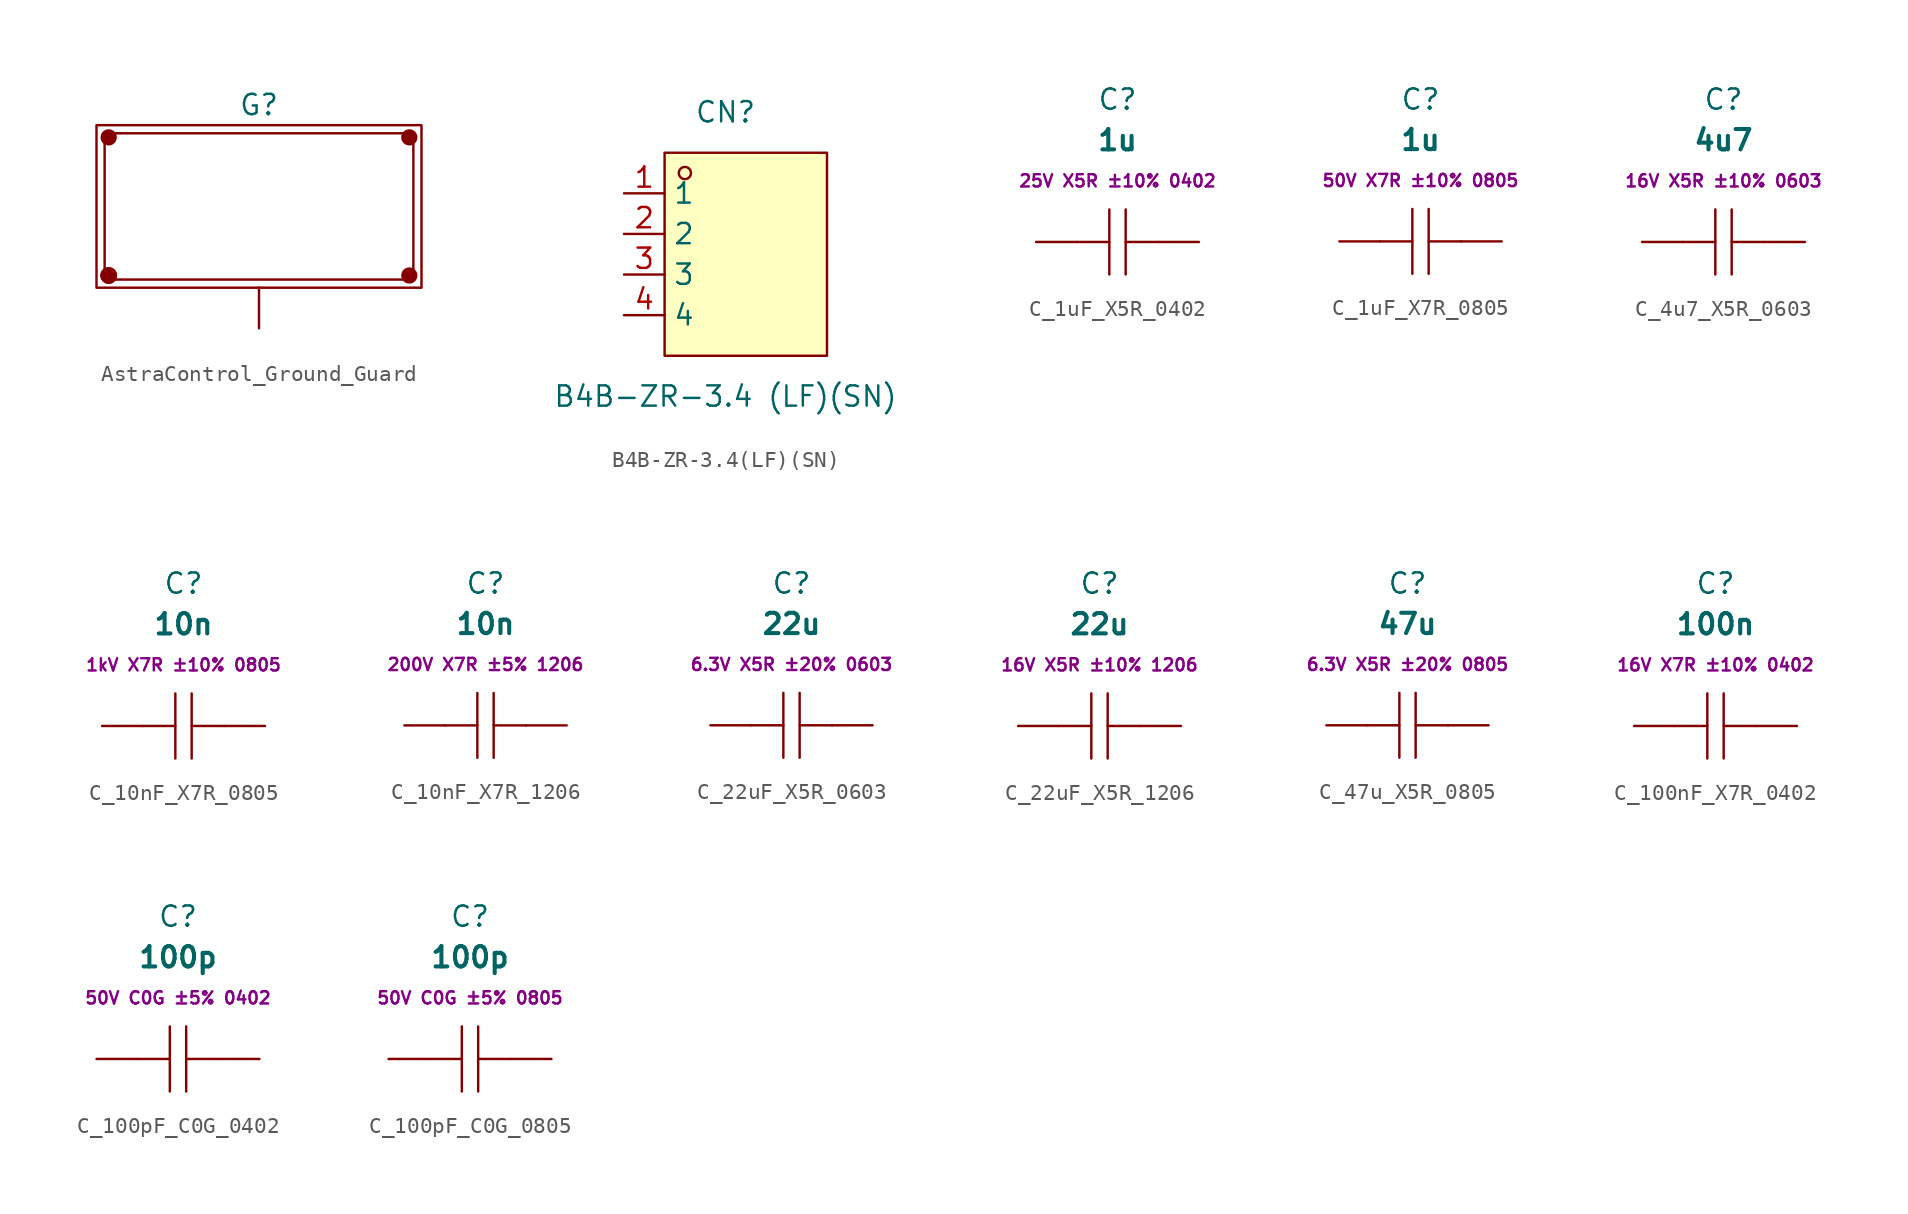
<source format=kicad_sym>
(kicad_symbol_lib
  (version 20231120)
  (generator "kicad_symbol_editor")
  (generator_version "8.0")
  (symbol "AstraControl_Ground_Guard"
    (pin_numbers hide)
    (pin_names hide)
    (property "Reference" "G"
      (at 0 6.35 0)
      (effects (font (size 1.27 1.27))))
    (property "Value" ""
      (at 0 6.35 0)
      (effects (font (size 1.27 1.27))))
    (symbol "AstraControl_Ground_Guard_0_1"
      (rectangle (start -10.16 5.08) (end 10.16 -5.08) (stroke (width 0) (type default)) (fill (type none)))
      (rectangle (start -9.652 4.572) (end 9.652 -4.572) (stroke (width 0) (type default)) (fill (type none))))
    (symbol "AstraControl_Ground_Guard_1_1"
      (circle (center -9.398 -4.318) (radius 0.508) (stroke (width 0.051) (type default)) (fill (type outline)))
      (circle (center -9.398 4.318) (radius 0.508) (stroke (width -0.0001) (type default)) (fill (type outline)))
      (circle (center 9.398 -4.318) (radius 0.508) (stroke (width -0.0001) (type default)) (fill (type outline)))
      (circle (center 9.398 4.318) (radius 0.508) (stroke (width -0.0001) (type default)) (fill (type outline)))
      (pin passive line (at 0 -7.62 90) (length 2.54) (name "2" (effects (font (size 1.27 1.27)))) (number "1" (effects (font (size 1.27 1.27)))))))
  (symbol "B4B-ZR-3.4(LF)(SN)"
    (property "Reference" "CN"
      (at 0 8.89 0)
      (effects (font (size 1.27 1.27))))
    (property "Value" "B4B-ZR-3.4 (LF)(SN)"
      (at 0 -8.89 0)
      (effects (font (size 1.27 1.27))))
    (symbol "B4B-ZR-3.4(LF)(SN)_0_1"
      (rectangle (start -3.81 6.35) (end 6.35 -6.35) (stroke (width 0) (type default)) (fill (type background)))
      (circle (center -2.54 5.08) (radius 0.38) (stroke (width 0) (type default)) (fill (type none)))
      (pin unspecified line (at -6.35 3.81 0) (length 2.54) (name "1" (effects (font (size 1.27 1.27)))) (number "1" (effects (font (size 1.27 1.27)))))
      (pin unspecified line (at -6.35 1.27 0) (length 2.54) (name "2" (effects (font (size 1.27 1.27)))) (number "2" (effects (font (size 1.27 1.27)))))
      (pin unspecified line (at -6.35 -1.27 0) (length 2.54) (name "3" (effects (font (size 1.27 1.27)))) (number "3" (effects (font (size 1.27 1.27)))))
      (pin unspecified line (at -6.35 -3.81 0) (length 2.54) (name "4" (effects (font (size 1.27 1.27)))) (number "4" (effects (font (size 1.27 1.27)))))))
  (symbol "C_1uF_X5R_0402"
    (pin_numbers hide)
    (pin_names hide)
    (property "Reference" "C"
      (at 0 8.89 0)
      (effects (font (size 1.27 1.27))))
    (property "Value" "1u"
      (at 0 6.35 0)
      (effects (font (size 1.27 1.27) (bold yes))))
    (property "Extra Values" "25V X5R ±10% 0402"
      (at 0 3.81 0)
      (effects (font (size 0.762 0.762) (bold yes))))
    (symbol "C_1uF_X5R_0402_0_1"
      (polyline (pts (xy -0.51 -2.03) (xy -0.51 2.03)) (stroke (width 0) (type default)) (fill (type none)))
      (polyline (pts (xy -0.51 0) (xy -2.54 0)) (stroke (width 0) (type default)) (fill (type none)))
      (polyline (pts (xy 0.51 2.03) (xy 0.51 -2.03)) (stroke (width 0) (type default)) (fill (type none)))
      (polyline (pts (xy 2.54 0) (xy 0.51 0)) (stroke (width 0) (type default)) (fill (type none))))
    (symbol "C_1uF_X5R_0402_1_1"
      (pin passive line (at -5.08 0 0) (length 2.54) (name "1" (effects (font (size 1.27 1.27)))) (number "1" (effects (font (size 1.27 1.27)))))
      (pin passive line (at 5.08 0 180) (length 2.54) (name "2" (effects (font (size 1.27 1.27)))) (number "2" (effects (font (size 1.27 1.27)))))))
  (symbol "C_1uF_X7R_0805"
    (pin_numbers hide)
    (pin_names hide)
    (property "Reference" "C"
      (at 0 8.89 0)
      (effects (font (size 1.27 1.27))))
    (property "Value" "1u"
      (at 0 6.35 0)
      (effects (font (size 1.27 1.27) (bold yes))))
    (property "Extra Values" "50V X7R ±10% 0805"
      (at 0 3.81 0)
      (effects (font (size 0.762 0.762))))
    (symbol "C_1uF_X7R_0805_0_1"
      (polyline (pts (xy -2.54 0) (xy -0.51 0)) (stroke (width 0) (type default)) (fill (type none)))
      (polyline (pts (xy -0.51 2.03) (xy -0.51 -2.03)) (stroke (width 0) (type default)) (fill (type none)))
      (polyline (pts (xy 0.51 0) (xy 2.54 0)) (stroke (width 0) (type default)) (fill (type none)))
      (polyline (pts (xy 0.51 2.03) (xy 0.51 -2.03)) (stroke (width 0) (type default)) (fill (type none))))
    (symbol "C_1uF_X7R_0805_1_1"
      (pin passive line (at -5.08 0 0) (length 2.54) (name "1" (effects (font (size 1.27 1.27)))) (number "1" (effects (font (size 1.27 1.27)))))
      (pin passive line (at 5.08 0 180) (length 2.54) (name "2" (effects (font (size 1.27 1.27)))) (number "2" (effects (font (size 1.27 1.27)))))))
  (symbol "C_4u7_X5R_0603"
    (pin_numbers hide)
    (pin_names hide)
    (property "Reference" "C"
      (at 0 8.89 0)
      (effects (font (size 1.27 1.27))))
    (property "Value" "4u7"
      (at 0 6.35 0)
      (effects (font (size 1.27 1.27) (bold yes))))
    (property "Extra Values" "16V X5R ±10% 0603"
      (at 0 3.81 0)
      (effects (font (size 0.762 0.762) (bold yes))))
    (symbol "C_4u7_X5R_0603_0_1"
      (polyline (pts (xy -2.54 0) (xy -0.51 0)) (stroke (width 0) (type default)) (fill (type none)))
      (polyline (pts (xy -0.51 2.03) (xy -0.51 -2.03)) (stroke (width 0) (type default)) (fill (type none)))
      (polyline (pts (xy 0.51 0) (xy 2.54 0)) (stroke (width 0) (type default)) (fill (type none)))
      (polyline (pts (xy 0.51 2.03) (xy 0.51 -2.03)) (stroke (width 0) (type default)) (fill (type none))))
    (symbol "C_4u7_X5R_0603_1_1"
      (pin passive line (at -5.08 0 0) (length 2.54) (name "1" (effects (font (size 1.27 1.27)))) (number "1" (effects (font (size 1.27 1.27)))))
      (pin passive line (at 5.08 0 180) (length 2.54) (name "2" (effects (font (size 1.27 1.27)))) (number "2" (effects (font (size 1.27 1.27)))))))
  (symbol "C_10nF_X7R_0805"
    (pin_numbers hide)
    (pin_names hide)
    (property "Reference" "C"
      (at 0 8.89 0)
      (effects (font (size 1.27 1.27))))
    (property "Value" "10n"
      (at 0 6.35 0)
      (effects (font (size 1.27 1.27) (bold yes))))
    (property "Extra Values" "1kV X7R ±10% 0805"
      (at 0 3.81 0)
      (effects (font (size 0.762 0.762) (bold yes))))
    (symbol "C_10nF_X7R_0805_0_1"
      (polyline (pts (xy -0.51 -2.03) (xy -0.51 2.03)) (stroke (width 0) (type default)) (fill (type none)))
      (polyline (pts (xy -0.51 0) (xy -2.54 0)) (stroke (width 0) (type default)) (fill (type none)))
      (polyline (pts (xy 0.51 2.03) (xy 0.51 -2.03)) (stroke (width 0) (type default)) (fill (type none)))
      (polyline (pts (xy 2.54 0) (xy 0.51 0)) (stroke (width 0) (type default)) (fill (type none))))
    (symbol "C_10nF_X7R_0805_1_1"
      (pin passive line (at -5.08 0 0) (length 2.54) (name "1" (effects (font (size 1.27 1.27)))) (number "1" (effects (font (size 1.27 1.27)))))
      (pin passive line (at 5.08 0 180) (length 2.54) (name "2" (effects (font (size 1.27 1.27)))) (number "2" (effects (font (size 1.27 1.27)))))))
  (symbol "C_10nF_X7R_1206"
    (pin_numbers hide)
    (pin_names hide)
    (property "Reference" "C"
      (at 0 8.89 0)
      (effects (font (size 1.27 1.27))))
    (property "Value" "10n"
      (at 0 6.35 0)
      (effects (font (size 1.27 1.27) (bold yes))))
    (property "Extra Value" "200V X7R ±5% 1206"
      (at 0 3.81 0)
      (effects (font (size 0.762 0.762))))
    (symbol "C_10nF_X7R_1206_0_1"
      (polyline (pts (xy -0.51 -2.03) (xy -0.51 2.03)) (stroke (width 0) (type default)) (fill (type none)))
      (polyline (pts (xy -0.51 0) (xy -2.54 0)) (stroke (width 0) (type default)) (fill (type none)))
      (polyline (pts (xy 0.51 2.03) (xy 0.51 -2.03)) (stroke (width 0) (type default)) (fill (type none)))
      (polyline (pts (xy 2.54 0) (xy 0.51 0)) (stroke (width 0) (type default)) (fill (type none))))
    (symbol "C_10nF_X7R_1206_1_1"
      (pin passive line (at -5.08 0 0) (length 2.54) (name "1" (effects (font (size 1.27 1.27)))) (number "1" (effects (font (size 1.27 1.27)))))
      (pin passive line (at 5.08 0 180) (length 2.54) (name "2" (effects (font (size 1.27 1.27)))) (number "2" (effects (font (size 1.27 1.27)))))))
  (symbol "C_22uF_X5R_0603"
    (pin_numbers hide)
    (pin_names hide)
    (property "Reference" "C"
      (at 0 8.89 0)
      (effects (font (size 1.27 1.27))))
    (property "Value" "22u"
      (at 0 6.35 0)
      (effects (font (size 1.27 1.27) (bold yes))))
    (property "Extra Values" "6.3V X5R ±20% 0603"
      (at 0 3.81 0)
      (effects (font (size 0.762 0.762) (bold yes))))
    (symbol "C_22uF_X5R_0603_0_1"
      (polyline (pts (xy -0.51 -2.03) (xy -0.51 2.03)) (stroke (width 0) (type default)) (fill (type none)))
      (polyline (pts (xy -0.51 0) (xy -2.54 0)) (stroke (width 0) (type default)) (fill (type none)))
      (polyline (pts (xy 0.51 2.03) (xy 0.51 -2.03)) (stroke (width 0) (type default)) (fill (type none)))
      (polyline (pts (xy 2.54 0) (xy 0.51 0)) (stroke (width 0) (type default)) (fill (type none))))
    (symbol "C_22uF_X5R_0603_1_1"
      (pin passive line (at -5.08 0 0) (length 2.54) (name "1" (effects (font (size 1.27 1.27)))) (number "1" (effects (font (size 1.27 1.27)))))
      (pin passive line (at 5.08 0 180) (length 2.54) (name "2" (effects (font (size 1.27 1.27)))) (number "2" (effects (font (size 1.27 1.27)))))))
  (symbol "C_22uF_X5R_1206"
    (pin_numbers hide)
    (pin_names hide)
    (property "Reference" "C"
      (at 0 8.89 0)
      (effects (font (size 1.27 1.27))))
    (property "Value" "22u"
      (at 0 6.35 0)
      (effects (font (size 1.27 1.27) (bold yes))))
    (property "Extra Value" "16V X5R ±10% 1206"
      (at 0 3.81 0)
      (effects (font (size 0.762 0.762) (bold yes))))
    (symbol "C_22uF_X5R_1206_0_1"
      (polyline (pts (xy -0.51 -2.03) (xy -0.51 2.03)) (stroke (width 0) (type default)) (fill (type none)))
      (polyline (pts (xy -0.51 0) (xy -2.54 0)) (stroke (width 0) (type default)) (fill (type none)))
      (polyline (pts (xy 0.51 2.03) (xy 0.51 -2.03)) (stroke (width 0) (type default)) (fill (type none)))
      (polyline (pts (xy 2.54 0) (xy 0.51 0)) (stroke (width 0) (type default)) (fill (type none))))
    (symbol "C_22uF_X5R_1206_1_1"
      (pin passive line (at -5.08 0 0) (length 2.54) (name "1" (effects (font (size 1.27 1.27)))) (number "1" (effects (font (size 1.27 1.27)))))
      (pin passive line (at 5.08 0 180) (length 2.54) (name "2" (effects (font (size 1.27 1.27)))) (number "2" (effects (font (size 1.27 1.27)))))))
  (symbol "C_47u_X5R_0805"
    (pin_numbers hide)
    (pin_names hide)
    (property "Reference" "C"
      (at 0 8.89 0)
      (effects (font (size 1.27 1.27))))
    (property "Value" "47u"
      (at 0 6.35 0)
      (effects (font (size 1.27 1.27) (bold yes))))
    (property "Extra Values" "6.3V X5R ±20% 0805"
      (at 0 3.81 0)
      (effects (font (size 0.762 0.762) (bold yes))))
    (symbol "C_47u_X5R_0805_0_1"
      (polyline (pts (xy -2.54 0) (xy -0.51 0)) (stroke (width 0) (type default)) (fill (type none)))
      (polyline (pts (xy -0.51 2.03) (xy -0.51 -2.03)) (stroke (width 0) (type default)) (fill (type none)))
      (polyline (pts (xy 0.51 0) (xy 2.54 0)) (stroke (width 0) (type default)) (fill (type none)))
      (polyline (pts (xy 0.51 2.03) (xy 0.51 -2.03)) (stroke (width 0) (type default)) (fill (type none))))
    (symbol "C_47u_X5R_0805_1_1"
      (pin passive line (at -5.08 0 0) (length 2.54) (name "1" (effects (font (size 1.27 1.27)))) (number "1" (effects (font (size 1.27 1.27)))))
      (pin passive line (at 5.08 0 180) (length 2.54) (name "2" (effects (font (size 1.27 1.27)))) (number "2" (effects (font (size 1.27 1.27)))))))
  (symbol "C_100nF_X7R_0402"
    (pin_numbers hide)
    (pin_names hide)
    (property "Reference" "C"
      (at 0 8.89 0)
      (effects (font (size 1.27 1.27))))
    (property "Value" "100n"
      (at 0 6.35 0)
      (effects (font (size 1.27 1.27) (bold yes))))
    (property "Extra Values" "16V X7R ±10% 0402"
      (at 0 3.81 0)
      (effects (font (size 0.762 0.762) (bold yes))))
    (symbol "C_100nF_X7R_0402_0_1"
      (polyline (pts (xy -2.54 0) (xy -0.51 0)) (stroke (width 0) (type default)) (fill (type none)))
      (polyline (pts (xy -0.51 2.03) (xy -0.51 -2.03)) (stroke (width 0) (type default)) (fill (type none)))
      (polyline (pts (xy 0.51 0) (xy 2.54 0)) (stroke (width 0) (type default)) (fill (type none)))
      (polyline (pts (xy 0.51 2.03) (xy 0.51 -2.03)) (stroke (width 0) (type default)) (fill (type none))))
    (symbol "C_100nF_X7R_0402_1_1"
      (pin passive line (at -5.08 0 0) (length 2.54) (name "1" (effects (font (size 1.27 1.27)))) (number "1" (effects (font (size 1.27 1.27)))))
      (pin passive line (at 5.08 0 180) (length 2.54) (name "2" (effects (font (size 1.27 1.27)))) (number "2" (effects (font (size 1.27 1.27)))))))
  (symbol "C_100pF_C0G_0402"
    (pin_numbers hide)
    (pin_names hide)
    (property "Reference" "C"
      (at 0 8.89 0)
      (effects (font (size 1.27 1.27))))
    (property "Value" "100p"
      (at 0 6.35 0)
      (effects (font (size 1.27 1.27) (bold yes))))
    (property "Extra Values" "50V C0G ±5% 0402"
      (at 0 3.81 0)
      (effects (font (size 0.762 0.762) (bold yes))))
    (symbol "C_100pF_C0G_0402_0_1"
      (polyline (pts (xy -2.54 0) (xy -0.51 0)) (stroke (width 0) (type default)) (fill (type none)))
      (polyline (pts (xy -0.51 2.03) (xy -0.51 -2.03)) (stroke (width 0) (type default)) (fill (type none)))
      (polyline (pts (xy 0.51 0) (xy 2.54 0)) (stroke (width 0) (type default)) (fill (type none)))
      (polyline (pts (xy 0.51 2.03) (xy 0.51 -2.03)) (stroke (width 0) (type default)) (fill (type none))))
    (symbol "C_100pF_C0G_0402_1_1"
      (pin passive line (at -5.08 0 0) (length 2.54) (name "1" (effects (font (size 1.27 1.27)))) (number "1" (effects (font (size 1.27 1.27)))))
      (pin passive line (at 5.08 0 180) (length 2.54) (name "2" (effects (font (size 1.27 1.27)))) (number "2" (effects (font (size 1.27 1.27)))))))
  (symbol "C_100pF_C0G_0805"
    (pin_numbers hide)
    (pin_names hide)
    (property "Reference" "C"
      (at 0 8.89 0)
      (effects (font (size 1.27 1.27))))
    (property "Value" "100p"
      (at 0 6.35 0)
      (effects (font (size 1.27 1.27) (bold yes))))
    (property "Extra Values" "50V C0G ±5% 0805"
      (at 0 3.81 0)
      (effects (font (size 0.762 0.762) (bold yes))))
    (symbol "C_100pF_C0G_0805_0_1"
      (polyline (pts (xy -2.54 0) (xy -0.51 0)) (stroke (width 0) (type default)) (fill (type none)))
      (polyline (pts (xy -0.51 2.03) (xy -0.51 -2.03)) (stroke (width 0) (type default)) (fill (type none)))
      (polyline (pts (xy 0.51 0) (xy 2.54 0)) (stroke (width 0) (type default)) (fill (type none)))
      (polyline (pts (xy 0.51 2.03) (xy 0.51 -2.03)) (stroke (width 0) (type default)) (fill (type none))))
    (symbol "C_100pF_C0G_0805_1_1"
      (pin passive line (at -5.08 0 0) (length 2.54) (name "1" (effects (font (size 1.27 1.27)))) (number "1" (effects (font (size 1.27 1.27)))))
      (pin passive line (at 5.08 0 180) (length 2.54) (name "2" (effects (font (size 1.27 1.27)))) (number "2" (effects (font (size 1.27 1.27))))))))
</source>
